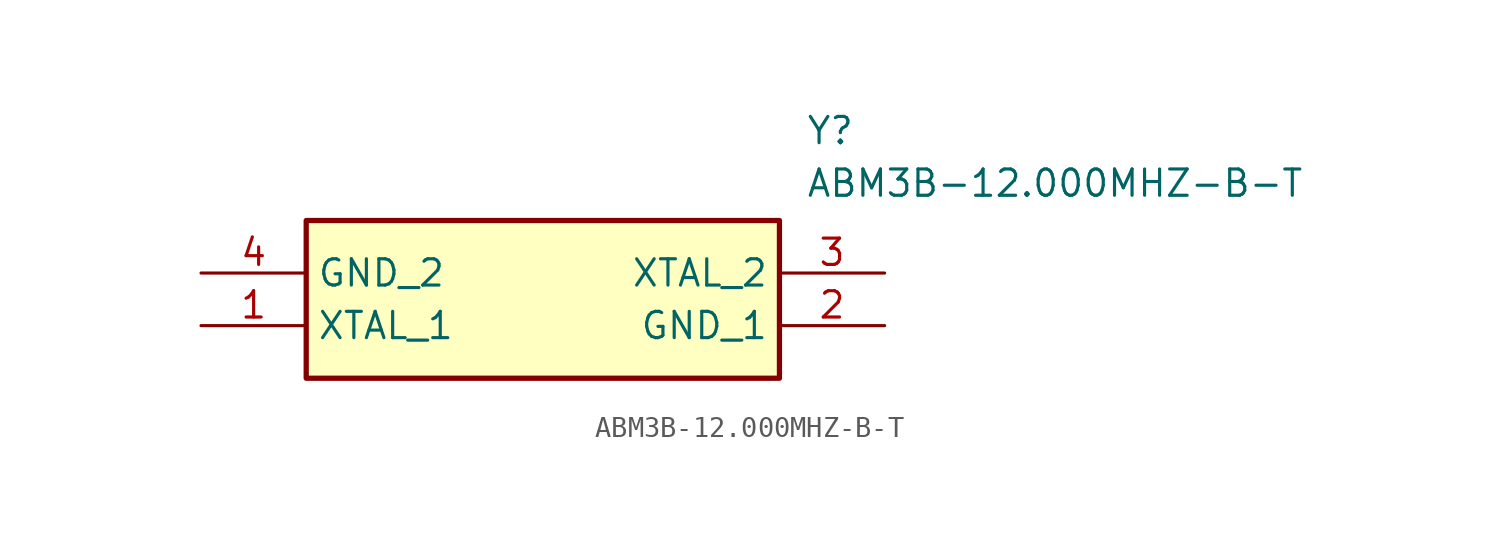
<source format=kicad_sym>
(kicad_symbol_lib
  (version 20211014)
  (generator SamacSys_ECAD_Model)
  (symbol "ABM3B-12.000MHZ-B-T"
    (property "Reference" "Y"
      (at 29.21 7.62 0)
      (effects (font (size 1.27 1.27)) (justify left top)))
    (property "Value" "ABM3B-12.000MHZ-B-T"
      (at 29.21 5.08 0)
      (effects (font (size 1.27 1.27)) (justify left top)))
    (rectangle
      (start 5.08 2.54)
      (end 27.94 -5.08)
      (stroke (width 0.254) (type default))
      (fill (type background)))
    (pin passive line
      (at 0 -2.54 0)
      (length 5.08)
      (name "XTAL_1" (effects (font (size 1.27 1.27))))
      (number "1" (effects (font (size 1.27 1.27)))))
    (pin passive line
      (at 33.02 -2.54 180)
      (length 5.08)
      (name "GND_1" (effects (font (size 1.27 1.27))))
      (number "2" (effects (font (size 1.27 1.27)))))
    (pin passive line
      (at 33.02 0 180)
      (length 5.08)
      (name "XTAL_2" (effects (font (size 1.27 1.27))))
      (number "3" (effects (font (size 1.27 1.27)))))
    (pin passive line
      (at 0 0 0)
      (length 5.08)
      (name "GND_2" (effects (font (size 1.27 1.27))))
      (number "4" (effects (font (size 1.27 1.27)))))))
</source>
